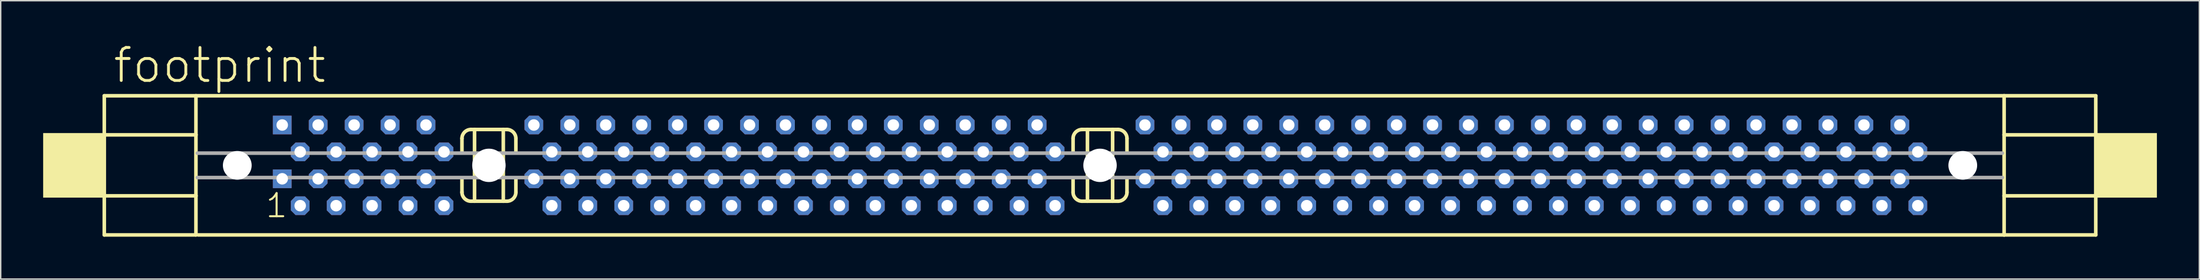
<source format=kicad_pcb>
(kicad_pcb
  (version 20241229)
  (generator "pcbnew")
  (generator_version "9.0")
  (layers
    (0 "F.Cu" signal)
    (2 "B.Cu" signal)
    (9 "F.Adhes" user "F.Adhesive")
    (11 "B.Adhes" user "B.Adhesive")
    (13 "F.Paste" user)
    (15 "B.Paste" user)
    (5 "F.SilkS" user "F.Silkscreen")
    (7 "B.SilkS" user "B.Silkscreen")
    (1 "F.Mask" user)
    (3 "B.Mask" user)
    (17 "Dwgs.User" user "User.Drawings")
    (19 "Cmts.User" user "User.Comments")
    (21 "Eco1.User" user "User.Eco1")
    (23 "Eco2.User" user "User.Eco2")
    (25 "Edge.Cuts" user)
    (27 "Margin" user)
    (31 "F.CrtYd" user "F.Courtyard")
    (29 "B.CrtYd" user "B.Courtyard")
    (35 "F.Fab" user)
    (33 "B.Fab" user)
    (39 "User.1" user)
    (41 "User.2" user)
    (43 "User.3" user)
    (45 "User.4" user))
  (footprint "footprint"
    (layer "F.Cu")
    (at 74.676 8.661)
    (property "Reference" "footprint" (at -69.85 -5.715 0) (layer "F.SilkS") (effects (font (size 2.337 2.337) (thickness 0.203)) (justify left bottom)))
    (fp_line (start -70.358 -4.928) (end -63.881 -4.928) (stroke (width 0.254) (type solid)) (layer "F.SilkS"))
    (fp_line (start -70.358 -2.311) (end -70.358 -4.928) (stroke (width 0.254) (type solid)) (layer "F.SilkS"))
    (fp_line (start -70.358 2.286) (end -70.358 4.928) (stroke (width 0.254) (type solid)) (layer "F.SilkS"))
    (fp_line (start -70.358 4.928) (end -63.881 4.928) (stroke (width 0.254) (type solid)) (layer "F.SilkS"))
    (fp_line (start -70.333 -2.159) (end -63.881 -2.159) (stroke (width 0.254) (type solid)) (layer "F.SilkS"))
    (fp_line (start -63.881 -4.928) (end -63.881 -2.159) (stroke (width 0.254) (type solid)) (layer "F.SilkS"))
    (fp_line (start -63.881 -4.928) (end 63.881 -4.928) (stroke (width 0.254) (type solid)) (layer "F.SilkS"))
    (fp_line (start -63.881 -2.159) (end -63.881 2.159) (stroke (width 0.254) (type solid)) (layer "F.SilkS"))
    (fp_line (start -63.881 2.159) (end -70.333 2.159) (stroke (width 0.254) (type solid)) (layer "F.SilkS"))
    (fp_line (start -63.881 4.928) (end -63.881 2.159) (stroke (width 0.254) (type solid)) (layer "F.SilkS"))
    (fp_line (start -45.085 -1.905) (end -45.085 -0.889) (stroke (width 0.254) (type solid)) (layer "F.SilkS"))
    (fp_line (start -45.085 0.889) (end -45.085 1.905) (stroke (width 0.254) (type solid)) (layer "F.SilkS"))
    (fp_line (start -44.45 2.54) (end -44.196 2.54) (stroke (width 0.254) (type solid)) (layer "F.SilkS"))
    (fp_line (start -44.196 -2.54) (end -44.45 -2.54) (stroke (width 0.254) (type solid)) (layer "F.SilkS"))
    (fp_line (start -44.196 2.54) (end -44.196 -2.54) (stroke (width 0.254) (type solid)) (layer "F.SilkS"))
    (fp_line (start -44.196 2.54) (end -42.164 2.54) (stroke (width 0.254) (type solid)) (layer "F.SilkS"))
    (fp_line (start -42.164 -2.54) (end -44.196 -2.54) (stroke (width 0.254) (type solid)) (layer "F.SilkS"))
    (fp_line (start -42.164 2.54) (end -42.164 -2.54) (stroke (width 0.254) (type solid)) (layer "F.SilkS"))
    (fp_line (start -42.164 2.54) (end -41.91 2.54) (stroke (width 0.254) (type solid)) (layer "F.SilkS"))
    (fp_line (start -41.91 -2.54) (end -42.164 -2.54) (stroke (width 0.254) (type solid)) (layer "F.SilkS"))
    (fp_line (start -41.275 -0.889) (end -41.275 -1.905) (stroke (width 0.254) (type solid)) (layer "F.SilkS"))
    (fp_line (start -41.275 1.905) (end -41.275 0.889) (stroke (width 0.254) (type solid)) (layer "F.SilkS"))
    (fp_line (start -1.905 -1.905) (end -1.905 -0.889) (stroke (width 0.254) (type solid)) (layer "F.SilkS"))
    (fp_line (start -1.905 0.889) (end -1.905 1.905) (stroke (width 0.254) (type solid)) (layer "F.SilkS"))
    (fp_line (start -1.27 2.54) (end -0.889 2.54) (stroke (width 0.254) (type solid)) (layer "F.SilkS"))
    (fp_line (start -0.889 -2.54) (end -1.27 -2.54) (stroke (width 0.254) (type solid)) (layer "F.SilkS"))
    (fp_line (start -0.889 2.54) (end -0.889 -2.54) (stroke (width 0.254) (type solid)) (layer "F.SilkS"))
    (fp_line (start -0.889 2.54) (end 0.889 2.54) (stroke (width 0.254) (type solid)) (layer "F.SilkS"))
    (fp_line (start 0.889 -2.54) (end -0.889 -2.54) (stroke (width 0.254) (type solid)) (layer "F.SilkS"))
    (fp_line (start 0.889 2.54) (end 0.889 -2.54) (stroke (width 0.254) (type solid)) (layer "F.SilkS"))
    (fp_line (start 0.889 2.54) (end 1.27 2.54) (stroke (width 0.254) (type solid)) (layer "F.SilkS"))
    (fp_line (start 1.27 -2.54) (end 0.889 -2.54) (stroke (width 0.254) (type solid)) (layer "F.SilkS"))
    (fp_line (start 1.905 -0.889) (end 1.905 -1.905) (stroke (width 0.254) (type solid)) (layer "F.SilkS"))
    (fp_line (start 1.905 1.905) (end 1.905 0.889) (stroke (width 0.254) (type solid)) (layer "F.SilkS"))
    (fp_line (start 63.881 -4.928) (end 63.881 -2.159) (stroke (width 0.254) (type solid)) (layer "F.SilkS"))
    (fp_line (start 63.881 -2.159) (end 63.881 2.159) (stroke (width 0.254) (type solid)) (layer "F.SilkS"))
    (fp_line (start 63.881 2.159) (end 63.881 4.928) (stroke (width 0.254) (type solid)) (layer "F.SilkS"))
    (fp_line (start 63.881 4.928) (end -63.729 4.928) (stroke (width 0.254) (type solid)) (layer "F.SilkS"))
    (fp_line (start 63.881 4.928) (end 70.358 4.928) (stroke (width 0.254) (type solid)) (layer "F.SilkS"))
    (fp_line (start 70.358 -4.928) (end 63.881 -4.928) (stroke (width 0.254) (type solid)) (layer "F.SilkS"))
    (fp_line (start 70.358 -2.159) (end 63.881 -2.159) (stroke (width 0.254) (type solid)) (layer "F.SilkS"))
    (fp_line (start 70.358 -2.159) (end 70.358 -4.928) (stroke (width 0.254) (type solid)) (layer "F.SilkS"))
    (fp_line (start 70.358 2.159) (end 63.881 2.159) (stroke (width 0.254) (type solid)) (layer "F.SilkS"))
    (fp_line (start 70.358 4.928) (end 70.358 2.159) (stroke (width 0.254) (type solid)) (layer "F.SilkS"))
    (fp_arc (start -45.085 -1.905) (mid -44.899013 -2.354013) (end -44.45 -2.54) (stroke (width 0.254) (type solid)) (layer "F.SilkS"))
    (fp_arc (start -44.45 2.54) (mid -44.899013 2.354013) (end -45.085 1.905) (stroke (width 0.254) (type solid)) (layer "F.SilkS"))
    (fp_arc (start -41.91 -2.54) (mid -41.460987 -2.354013) (end -41.275 -1.905) (stroke (width 0.254) (type solid)) (layer "F.SilkS"))
    (fp_arc (start -41.275 1.905) (mid -41.460987 2.354013) (end -41.91 2.54) (stroke (width 0.254) (type solid)) (layer "F.SilkS"))
    (fp_arc (start -1.905 -1.905) (mid -1.719013 -2.354013) (end -1.27 -2.54) (stroke (width 0.254) (type solid)) (layer "F.SilkS"))
    (fp_arc (start -1.27 2.54) (mid -1.719013 2.354013) (end -1.905 1.905) (stroke (width 0.254) (type solid)) (layer "F.SilkS"))
    (fp_arc (start 1.27 -2.54) (mid 1.719013 -2.354013) (end 1.905 -1.905) (stroke (width 0.254) (type solid)) (layer "F.SilkS"))
    (fp_arc (start 1.905 1.905) (mid 1.719013 2.354013) (end 1.27 2.54) (stroke (width 0.254) (type solid)) (layer "F.SilkS"))
    (fp_poly (pts (xy -74.676 2.286) (xy -70.231 2.286) (xy -70.231 -2.286) (xy -74.676 -2.286)) (stroke (width 0) (type solid)) (fill yes) (layer "F.SilkS"))
    (fp_poly (pts (xy 70.231 2.286) (xy 74.676 2.286) (xy 74.676 -2.286) (xy 70.231 -2.286)) (stroke (width 0) (type solid)) (fill yes) (layer "F.SilkS"))
    (fp_line (start -63.779 -0.864) (end 63.754 -0.864) (stroke (width 0.254) (type solid)) (layer "F.Fab"))
    (fp_line (start -63.779 0.864) (end 63.754 0.864) (stroke (width 0.254) (type solid)) (layer "F.Fab"))
    (fp_text user "1" (at -59.055 3.81 0) (layer "F.SilkS") (effects (font (size 1.636 1.636) (thickness 0.142)) (justify left bottom)))
    (pad "" np_thru_hole circle (at -60.96 0) (size 2.032 2.032) (drill 2.032) (layers "*.Cu" "*.Mask"))
    (pad "" np_thru_hole circle (at -43.18 0) (size 2.362 2.362) (drill 2.362) (layers "*.Cu" "*.Mask"))
    (pad "" np_thru_hole circle (at 0 0) (size 2.362 2.362) (drill 2.362) (layers "*.Cu" "*.Mask"))
    (pad "" np_thru_hole circle (at 60.96 0) (size 2.032 2.032) (drill 2.032) (layers "*.Cu" "*.Mask"))
    (pad "1" thru_hole rect (at -57.785 0.953) (size 1.321 1.321) (drill 0.813) (layers "*.Cu" "*.Mask"))
    (pad "2" thru_hole roundrect (at -56.515 2.857) (size 1.321 1.321) (drill 0.813) (layers "*.Cu" "*.Mask") (roundrect_rratio 0.25) (chamfer_ratio 0.25) (chamfer top_left top_right bottom_left bottom_right))
    (pad "3" thru_hole roundrect (at -55.245 0.953) (size 1.321 1.321) (drill 0.813) (layers "*.Cu" "*.Mask") (roundrect_rratio 0.25) (chamfer_ratio 0.25) (chamfer top_left top_right bottom_left bottom_right))
    (pad "4" thru_hole roundrect (at -53.975 2.857) (size 1.321 1.321) (drill 0.813) (layers "*.Cu" "*.Mask") (roundrect_rratio 0.25) (chamfer_ratio 0.25) (chamfer top_left top_right bottom_left bottom_right))
    (pad "5" thru_hole roundrect (at -52.705 0.953) (size 1.321 1.321) (drill 0.813) (layers "*.Cu" "*.Mask") (roundrect_rratio 0.25) (chamfer_ratio 0.25) (chamfer top_left top_right bottom_left bottom_right))
    (pad "6" thru_hole roundrect (at -51.435 2.857) (size 1.321 1.321) (drill 0.813) (layers "*.Cu" "*.Mask") (roundrect_rratio 0.25) (chamfer_ratio 0.25) (chamfer top_left top_right bottom_left bottom_right))
    (pad "7" thru_hole roundrect (at -50.165 0.953) (size 1.321 1.321) (drill 0.813) (layers "*.Cu" "*.Mask") (roundrect_rratio 0.25) (chamfer_ratio 0.25) (chamfer top_left top_right bottom_left bottom_right))
    (pad "8" thru_hole roundrect (at -48.895 2.857) (size 1.321 1.321) (drill 0.813) (layers "*.Cu" "*.Mask") (roundrect_rratio 0.25) (chamfer_ratio 0.25) (chamfer top_left top_right bottom_left bottom_right))
    (pad "9" thru_hole roundrect (at -47.625 0.953) (size 1.321 1.321) (drill 0.813) (layers "*.Cu" "*.Mask") (roundrect_rratio 0.25) (chamfer_ratio 0.25) (chamfer top_left top_right bottom_left bottom_right))
    (pad "10" thru_hole roundrect (at -46.355 2.857) (size 1.321 1.321) (drill 0.813) (layers "*.Cu" "*.Mask") (roundrect_rratio 0.25) (chamfer_ratio 0.25) (chamfer top_left top_right bottom_left bottom_right))
    (pad "11" thru_hole roundrect (at -40.005 0.953) (size 1.321 1.321) (drill 0.813) (layers "*.Cu" "*.Mask") (roundrect_rratio 0.25) (chamfer_ratio 0.25) (chamfer top_left top_right bottom_left bottom_right))
    (pad "12" thru_hole roundrect (at -38.735 2.857) (size 1.321 1.321) (drill 0.813) (layers "*.Cu" "*.Mask") (roundrect_rratio 0.25) (chamfer_ratio 0.25) (chamfer top_left top_right bottom_left bottom_right))
    (pad "13" thru_hole roundrect (at -37.465 0.953) (size 1.321 1.321) (drill 0.813) (layers "*.Cu" "*.Mask") (roundrect_rratio 0.25) (chamfer_ratio 0.25) (chamfer top_left top_right bottom_left bottom_right))
    (pad "14" thru_hole roundrect (at -36.195 2.857) (size 1.321 1.321) (drill 0.813) (layers "*.Cu" "*.Mask") (roundrect_rratio 0.25) (chamfer_ratio 0.25) (chamfer top_left top_right bottom_left bottom_right))
    (pad "15" thru_hole roundrect (at -34.925 0.953) (size 1.321 1.321) (drill 0.813) (layers "*.Cu" "*.Mask") (roundrect_rratio 0.25) (chamfer_ratio 0.25) (chamfer top_left top_right bottom_left bottom_right))
    (pad "16" thru_hole roundrect (at -33.655 2.857) (size 1.321 1.321) (drill 0.813) (layers "*.Cu" "*.Mask") (roundrect_rratio 0.25) (chamfer_ratio 0.25) (chamfer top_left top_right bottom_left bottom_right))
    (pad "17" thru_hole roundrect (at -32.385 0.953) (size 1.321 1.321) (drill 0.813) (layers "*.Cu" "*.Mask") (roundrect_rratio 0.25) (chamfer_ratio 0.25) (chamfer top_left top_right bottom_left bottom_right))
    (pad "18" thru_hole roundrect (at -31.115 2.857) (size 1.321 1.321) (drill 0.813) (layers "*.Cu" "*.Mask") (roundrect_rratio 0.25) (chamfer_ratio 0.25) (chamfer top_left top_right bottom_left bottom_right))
    (pad "19" thru_hole roundrect (at -29.845 0.953) (size 1.321 1.321) (drill 0.813) (layers "*.Cu" "*.Mask") (roundrect_rratio 0.25) (chamfer_ratio 0.25) (chamfer top_left top_right bottom_left bottom_right))
    (pad "20" thru_hole roundrect (at -28.575 2.857) (size 1.321 1.321) (drill 0.813) (layers "*.Cu" "*.Mask") (roundrect_rratio 0.25) (chamfer_ratio 0.25) (chamfer top_left top_right bottom_left bottom_right))
    (pad "21" thru_hole roundrect (at -27.305 0.953) (size 1.321 1.321) (drill 0.813) (layers "*.Cu" "*.Mask") (roundrect_rratio 0.25) (chamfer_ratio 0.25) (chamfer top_left top_right bottom_left bottom_right))
    (pad "22" thru_hole roundrect (at -26.035 2.857) (size 1.321 1.321) (drill 0.813) (layers "*.Cu" "*.Mask") (roundrect_rratio 0.25) (chamfer_ratio 0.25) (chamfer top_left top_right bottom_left bottom_right))
    (pad "23" thru_hole roundrect (at -24.765 0.953) (size 1.321 1.321) (drill 0.813) (layers "*.Cu" "*.Mask") (roundrect_rratio 0.25) (chamfer_ratio 0.25) (chamfer top_left top_right bottom_left bottom_right))
    (pad "24" thru_hole roundrect (at -23.495 2.857) (size 1.321 1.321) (drill 0.813) (layers "*.Cu" "*.Mask") (roundrect_rratio 0.25) (chamfer_ratio 0.25) (chamfer top_left top_right bottom_left bottom_right))
    (pad "25" thru_hole roundrect (at -22.225 0.953) (size 1.321 1.321) (drill 0.813) (layers "*.Cu" "*.Mask") (roundrect_rratio 0.25) (chamfer_ratio 0.25) (chamfer top_left top_right bottom_left bottom_right))
    (pad "26" thru_hole roundrect (at -20.955 2.857) (size 1.321 1.321) (drill 0.813) (layers "*.Cu" "*.Mask") (roundrect_rratio 0.25) (chamfer_ratio 0.25) (chamfer top_left top_right bottom_left bottom_right))
    (pad "27" thru_hole roundrect (at -19.685 0.953) (size 1.321 1.321) (drill 0.813) (layers "*.Cu" "*.Mask") (roundrect_rratio 0.25) (chamfer_ratio 0.25) (chamfer top_left top_right bottom_left bottom_right))
    (pad "28" thru_hole roundrect (at -18.415 2.857) (size 1.321 1.321) (drill 0.813) (layers "*.Cu" "*.Mask") (roundrect_rratio 0.25) (chamfer_ratio 0.25) (chamfer top_left top_right bottom_left bottom_right))
    (pad "29" thru_hole roundrect (at -17.145 0.953) (size 1.321 1.321) (drill 0.813) (layers "*.Cu" "*.Mask") (roundrect_rratio 0.25) (chamfer_ratio 0.25) (chamfer top_left top_right bottom_left bottom_right))
    (pad "30" thru_hole roundrect (at -15.875 2.857) (size 1.321 1.321) (drill 0.813) (layers "*.Cu" "*.Mask") (roundrect_rratio 0.25) (chamfer_ratio 0.25) (chamfer top_left top_right bottom_left bottom_right))
    (pad "31" thru_hole roundrect (at -14.605 0.953) (size 1.321 1.321) (drill 0.813) (layers "*.Cu" "*.Mask") (roundrect_rratio 0.25) (chamfer_ratio 0.25) (chamfer top_left top_right bottom_left bottom_right))
    (pad "32" thru_hole roundrect (at -13.335 2.857) (size 1.321 1.321) (drill 0.813) (layers "*.Cu" "*.Mask") (roundrect_rratio 0.25) (chamfer_ratio 0.25) (chamfer top_left top_right bottom_left bottom_right))
    (pad "33" thru_hole roundrect (at -12.065 0.953) (size 1.321 1.321) (drill 0.813) (layers "*.Cu" "*.Mask") (roundrect_rratio 0.25) (chamfer_ratio 0.25) (chamfer top_left top_right bottom_left bottom_right))
    (pad "34" thru_hole roundrect (at -10.795 2.857) (size 1.321 1.321) (drill 0.813) (layers "*.Cu" "*.Mask") (roundrect_rratio 0.25) (chamfer_ratio 0.25) (chamfer top_left top_right bottom_left bottom_right))
    (pad "35" thru_hole roundrect (at -9.525 0.953) (size 1.321 1.321) (drill 0.813) (layers "*.Cu" "*.Mask") (roundrect_rratio 0.25) (chamfer_ratio 0.25) (chamfer top_left top_right bottom_left bottom_right))
    (pad "36" thru_hole roundrect (at -8.255 2.857) (size 1.321 1.321) (drill 0.813) (layers "*.Cu" "*.Mask") (roundrect_rratio 0.25) (chamfer_ratio 0.25) (chamfer top_left top_right bottom_left bottom_right))
    (pad "37" thru_hole roundrect (at -6.985 0.953) (size 1.321 1.321) (drill 0.813) (layers "*.Cu" "*.Mask") (roundrect_rratio 0.25) (chamfer_ratio 0.25) (chamfer top_left top_right bottom_left bottom_right))
    (pad "38" thru_hole roundrect (at -5.715 2.857) (size 1.321 1.321) (drill 0.813) (layers "*.Cu" "*.Mask") (roundrect_rratio 0.25) (chamfer_ratio 0.25) (chamfer top_left top_right bottom_left bottom_right))
    (pad "39" thru_hole roundrect (at -4.445 0.953) (size 1.321 1.321) (drill 0.813) (layers "*.Cu" "*.Mask") (roundrect_rratio 0.25) (chamfer_ratio 0.25) (chamfer top_left top_right bottom_left bottom_right))
    (pad "40" thru_hole roundrect (at -3.175 2.857) (size 1.321 1.321) (drill 0.813) (layers "*.Cu" "*.Mask") (roundrect_rratio 0.25) (chamfer_ratio 0.25) (chamfer top_left top_right bottom_left bottom_right))
    (pad "41" thru_hole roundrect (at 3.175 0.953) (size 1.321 1.321) (drill 0.813) (layers "*.Cu" "*.Mask") (roundrect_rratio 0.25) (chamfer_ratio 0.25) (chamfer top_left top_right bottom_left bottom_right))
    (pad "42" thru_hole roundrect (at 4.445 2.857) (size 1.321 1.321) (drill 0.813) (layers "*.Cu" "*.Mask") (roundrect_rratio 0.25) (chamfer_ratio 0.25) (chamfer top_left top_right bottom_left bottom_right))
    (pad "43" thru_hole roundrect (at 5.715 0.953) (size 1.321 1.321) (drill 0.813) (layers "*.Cu" "*.Mask") (roundrect_rratio 0.25) (chamfer_ratio 0.25) (chamfer top_left top_right bottom_left bottom_right))
    (pad "44" thru_hole roundrect (at 6.985 2.857) (size 1.321 1.321) (drill 0.813) (layers "*.Cu" "*.Mask") (roundrect_rratio 0.25) (chamfer_ratio 0.25) (chamfer top_left top_right bottom_left bottom_right))
    (pad "45" thru_hole roundrect (at 8.255 0.953) (size 1.321 1.321) (drill 0.813) (layers "*.Cu" "*.Mask") (roundrect_rratio 0.25) (chamfer_ratio 0.25) (chamfer top_left top_right bottom_left bottom_right))
    (pad "46" thru_hole roundrect (at 9.525 2.857) (size 1.321 1.321) (drill 0.813) (layers "*.Cu" "*.Mask") (roundrect_rratio 0.25) (chamfer_ratio 0.25) (chamfer top_left top_right bottom_left bottom_right))
    (pad "47" thru_hole roundrect (at 10.795 0.953) (size 1.321 1.321) (drill 0.813) (layers "*.Cu" "*.Mask") (roundrect_rratio 0.25) (chamfer_ratio 0.25) (chamfer top_left top_right bottom_left bottom_right))
    (pad "48" thru_hole roundrect (at 12.065 2.857) (size 1.321 1.321) (drill 0.813) (layers "*.Cu" "*.Mask") (roundrect_rratio 0.25) (chamfer_ratio 0.25) (chamfer top_left top_right bottom_left bottom_right))
    (pad "49" thru_hole roundrect (at 13.335 0.953) (size 1.321 1.321) (drill 0.813) (layers "*.Cu" "*.Mask") (roundrect_rratio 0.25) (chamfer_ratio 0.25) (chamfer top_left top_right bottom_left bottom_right))
    (pad "50" thru_hole roundrect (at 14.605 2.857) (size 1.321 1.321) (drill 0.813) (layers "*.Cu" "*.Mask") (roundrect_rratio 0.25) (chamfer_ratio 0.25) (chamfer top_left top_right bottom_left bottom_right))
    (pad "51" thru_hole roundrect (at 15.875 0.953) (size 1.321 1.321) (drill 0.813) (layers "*.Cu" "*.Mask") (roundrect_rratio 0.25) (chamfer_ratio 0.25) (chamfer top_left top_right bottom_left bottom_right))
    (pad "52" thru_hole roundrect (at 17.145 2.857) (size 1.321 1.321) (drill 0.813) (layers "*.Cu" "*.Mask") (roundrect_rratio 0.25) (chamfer_ratio 0.25) (chamfer top_left top_right bottom_left bottom_right))
    (pad "53" thru_hole roundrect (at 18.415 0.953) (size 1.321 1.321) (drill 0.813) (layers "*.Cu" "*.Mask") (roundrect_rratio 0.25) (chamfer_ratio 0.25) (chamfer top_left top_right bottom_left bottom_right))
    (pad "54" thru_hole roundrect (at 19.685 2.857) (size 1.321 1.321) (drill 0.813) (layers "*.Cu" "*.Mask") (roundrect_rratio 0.25) (chamfer_ratio 0.25) (chamfer top_left top_right bottom_left bottom_right))
    (pad "55" thru_hole roundrect (at 20.955 0.953) (size 1.321 1.321) (drill 0.813) (layers "*.Cu" "*.Mask") (roundrect_rratio 0.25) (chamfer_ratio 0.25) (chamfer top_left top_right bottom_left bottom_right))
    (pad "56" thru_hole roundrect (at 22.225 2.857) (size 1.321 1.321) (drill 0.813) (layers "*.Cu" "*.Mask") (roundrect_rratio 0.25) (chamfer_ratio 0.25) (chamfer top_left top_right bottom_left bottom_right))
    (pad "57" thru_hole roundrect (at 23.495 0.953) (size 1.321 1.321) (drill 0.813) (layers "*.Cu" "*.Mask") (roundrect_rratio 0.25) (chamfer_ratio 0.25) (chamfer top_left top_right bottom_left bottom_right))
    (pad "58" thru_hole roundrect (at 24.765 2.857) (size 1.321 1.321) (drill 0.813) (layers "*.Cu" "*.Mask") (roundrect_rratio 0.25) (chamfer_ratio 0.25) (chamfer top_left top_right bottom_left bottom_right))
    (pad "59" thru_hole roundrect (at 26.035 0.953) (size 1.321 1.321) (drill 0.813) (layers "*.Cu" "*.Mask") (roundrect_rratio 0.25) (chamfer_ratio 0.25) (chamfer top_left top_right bottom_left bottom_right))
    (pad "60" thru_hole roundrect (at 27.305 2.857) (size 1.321 1.321) (drill 0.813) (layers "*.Cu" "*.Mask") (roundrect_rratio 0.25) (chamfer_ratio 0.25) (chamfer top_left top_right bottom_left bottom_right))
    (pad "61" thru_hole roundrect (at 28.575 0.953) (size 1.321 1.321) (drill 0.813) (layers "*.Cu" "*.Mask") (roundrect_rratio 0.25) (chamfer_ratio 0.25) (chamfer top_left top_right bottom_left bottom_right))
    (pad "62" thru_hole roundrect (at 29.845 2.857) (size 1.321 1.321) (drill 0.813) (layers "*.Cu" "*.Mask") (roundrect_rratio 0.25) (chamfer_ratio 0.25) (chamfer top_left top_right bottom_left bottom_right))
    (pad "63" thru_hole roundrect (at 31.115 0.953) (size 1.321 1.321) (drill 0.813) (layers "*.Cu" "*.Mask") (roundrect_rratio 0.25) (chamfer_ratio 0.25) (chamfer top_left top_right bottom_left bottom_right))
    (pad "64" thru_hole roundrect (at 32.385 2.857) (size 1.321 1.321) (drill 0.813) (layers "*.Cu" "*.Mask") (roundrect_rratio 0.25) (chamfer_ratio 0.25) (chamfer top_left top_right bottom_left bottom_right))
    (pad "65" thru_hole roundrect (at 33.655 0.953) (size 1.321 1.321) (drill 0.813) (layers "*.Cu" "*.Mask") (roundrect_rratio 0.25) (chamfer_ratio 0.25) (chamfer top_left top_right bottom_left bottom_right))
    (pad "66" thru_hole roundrect (at 34.925 2.857) (size 1.321 1.321) (drill 0.813) (layers "*.Cu" "*.Mask") (roundrect_rratio 0.25) (chamfer_ratio 0.25) (chamfer top_left top_right bottom_left bottom_right))
    (pad "67" thru_hole roundrect (at 36.195 0.953) (size 1.321 1.321) (drill 0.813) (layers "*.Cu" "*.Mask") (roundrect_rratio 0.25) (chamfer_ratio 0.25) (chamfer top_left top_right bottom_left bottom_right))
    (pad "68" thru_hole roundrect (at 37.465 2.857) (size 1.321 1.321) (drill 0.813) (layers "*.Cu" "*.Mask") (roundrect_rratio 0.25) (chamfer_ratio 0.25) (chamfer top_left top_right bottom_left bottom_right))
    (pad "69" thru_hole roundrect (at 38.735 0.953) (size 1.321 1.321) (drill 0.813) (layers "*.Cu" "*.Mask") (roundrect_rratio 0.25) (chamfer_ratio 0.25) (chamfer top_left top_right bottom_left bottom_right))
    (pad "70" thru_hole roundrect (at 40.005 2.857) (size 1.321 1.321) (drill 0.813) (layers "*.Cu" "*.Mask") (roundrect_rratio 0.25) (chamfer_ratio 0.25) (chamfer top_left top_right bottom_left bottom_right))
    (pad "71" thru_hole roundrect (at 41.275 0.953) (size 1.321 1.321) (drill 0.813) (layers "*.Cu" "*.Mask") (roundrect_rratio 0.25) (chamfer_ratio 0.25) (chamfer top_left top_right bottom_left bottom_right))
    (pad "72" thru_hole roundrect (at 42.545 2.857) (size 1.321 1.321) (drill 0.813) (layers "*.Cu" "*.Mask") (roundrect_rratio 0.25) (chamfer_ratio 0.25) (chamfer top_left top_right bottom_left bottom_right))
    (pad "73" thru_hole roundrect (at 43.815 0.953) (size 1.321 1.321) (drill 0.813) (layers "*.Cu" "*.Mask") (roundrect_rratio 0.25) (chamfer_ratio 0.25) (chamfer top_left top_right bottom_left bottom_right))
    (pad "74" thru_hole roundrect (at 45.085 2.857) (size 1.321 1.321) (drill 0.813) (layers "*.Cu" "*.Mask") (roundrect_rratio 0.25) (chamfer_ratio 0.25) (chamfer top_left top_right bottom_left bottom_right))
    (pad "75" thru_hole roundrect (at 46.355 0.953) (size 1.321 1.321) (drill 0.813) (layers "*.Cu" "*.Mask") (roundrect_rratio 0.25) (chamfer_ratio 0.25) (chamfer top_left top_right bottom_left bottom_right))
    (pad "76" thru_hole roundrect (at 47.625 2.857) (size 1.321 1.321) (drill 0.813) (layers "*.Cu" "*.Mask") (roundrect_rratio 0.25) (chamfer_ratio 0.25) (chamfer top_left top_right bottom_left bottom_right))
    (pad "77" thru_hole roundrect (at 48.895 0.953) (size 1.321 1.321) (drill 0.813) (layers "*.Cu" "*.Mask") (roundrect_rratio 0.25) (chamfer_ratio 0.25) (chamfer top_left top_right bottom_left bottom_right))
    (pad "78" thru_hole roundrect (at 50.165 2.857) (size 1.321 1.321) (drill 0.813) (layers "*.Cu" "*.Mask") (roundrect_rratio 0.25) (chamfer_ratio 0.25) (chamfer top_left top_right bottom_left bottom_right))
    (pad "79" thru_hole roundrect (at 51.435 0.953) (size 1.321 1.321) (drill 0.813) (layers "*.Cu" "*.Mask") (roundrect_rratio 0.25) (chamfer_ratio 0.25) (chamfer top_left top_right bottom_left bottom_right))
    (pad "80" thru_hole roundrect (at 52.705 2.857) (size 1.321 1.321) (drill 0.813) (layers "*.Cu" "*.Mask") (roundrect_rratio 0.25) (chamfer_ratio 0.25) (chamfer top_left top_right bottom_left bottom_right))
    (pad "81" thru_hole roundrect (at 53.975 0.953) (size 1.321 1.321) (drill 0.813) (layers "*.Cu" "*.Mask") (roundrect_rratio 0.25) (chamfer_ratio 0.25) (chamfer top_left top_right bottom_left bottom_right))
    (pad "82" thru_hole roundrect (at 55.245 2.857) (size 1.321 1.321) (drill 0.813) (layers "*.Cu" "*.Mask") (roundrect_rratio 0.25) (chamfer_ratio 0.25) (chamfer top_left top_right bottom_left bottom_right))
    (pad "83" thru_hole roundrect (at 56.515 0.953) (size 1.321 1.321) (drill 0.813) (layers "*.Cu" "*.Mask") (roundrect_rratio 0.25) (chamfer_ratio 0.25) (chamfer top_left top_right bottom_left bottom_right))
    (pad "84" thru_hole roundrect (at 57.785 2.857) (size 1.321 1.321) (drill 0.813) (layers "*.Cu" "*.Mask") (roundrect_rratio 0.25) (chamfer_ratio 0.25) (chamfer top_left top_right bottom_left bottom_right))
    (pad "85" thru_hole rect (at -57.785 -2.857) (size 1.321 1.321) (drill 0.813) (layers "*.Cu" "*.Mask"))
    (pad "86" thru_hole roundrect (at -56.515 -0.953) (size 1.321 1.321) (drill 0.813) (layers "*.Cu" "*.Mask") (roundrect_rratio 0.25) (chamfer_ratio 0.25) (chamfer top_left top_right bottom_left bottom_right))
    (pad "87" thru_hole roundrect (at -55.245 -2.857) (size 1.321 1.321) (drill 0.813) (layers "*.Cu" "*.Mask") (roundrect_rratio 0.25) (chamfer_ratio 0.25) (chamfer top_left top_right bottom_left bottom_right))
    (pad "88" thru_hole roundrect (at -53.975 -0.953) (size 1.321 1.321) (drill 0.813) (layers "*.Cu" "*.Mask") (roundrect_rratio 0.25) (chamfer_ratio 0.25) (chamfer top_left top_right bottom_left bottom_right))
    (pad "89" thru_hole roundrect (at -52.705 -2.857) (size 1.321 1.321) (drill 0.813) (layers "*.Cu" "*.Mask") (roundrect_rratio 0.25) (chamfer_ratio 0.25) (chamfer top_left top_right bottom_left bottom_right))
    (pad "90" thru_hole roundrect (at -51.435 -0.953) (size 1.321 1.321) (drill 0.813) (layers "*.Cu" "*.Mask") (roundrect_rratio 0.25) (chamfer_ratio 0.25) (chamfer top_left top_right bottom_left bottom_right))
    (pad "91" thru_hole roundrect (at -50.165 -2.857) (size 1.321 1.321) (drill 0.813) (layers "*.Cu" "*.Mask") (roundrect_rratio 0.25) (chamfer_ratio 0.25) (chamfer top_left top_right bottom_left bottom_right))
    (pad "92" thru_hole roundrect (at -48.895 -0.953) (size 1.321 1.321) (drill 0.813) (layers "*.Cu" "*.Mask") (roundrect_rratio 0.25) (chamfer_ratio 0.25) (chamfer top_left top_right bottom_left bottom_right))
    (pad "93" thru_hole roundrect (at -47.625 -2.857) (size 1.321 1.321) (drill 0.813) (layers "*.Cu" "*.Mask") (roundrect_rratio 0.25) (chamfer_ratio 0.25) (chamfer top_left top_right bottom_left bottom_right))
    (pad "94" thru_hole roundrect (at -46.355 -0.953) (size 1.321 1.321) (drill 0.813) (layers "*.Cu" "*.Mask") (roundrect_rratio 0.25) (chamfer_ratio 0.25) (chamfer top_left top_right bottom_left bottom_right))
    (pad "95" thru_hole roundrect (at -40.005 -2.857) (size 1.321 1.321) (drill 0.813) (layers "*.Cu" "*.Mask") (roundrect_rratio 0.25) (chamfer_ratio 0.25) (chamfer top_left top_right bottom_left bottom_right))
    (pad "96" thru_hole roundrect (at -38.735 -0.953) (size 1.321 1.321) (drill 0.813) (layers "*.Cu" "*.Mask") (roundrect_rratio 0.25) (chamfer_ratio 0.25) (chamfer top_left top_right bottom_left bottom_right))
    (pad "97" thru_hole roundrect (at -37.465 -2.857) (size 1.321 1.321) (drill 0.813) (layers "*.Cu" "*.Mask") (roundrect_rratio 0.25) (chamfer_ratio 0.25) (chamfer top_left top_right bottom_left bottom_right))
    (pad "98" thru_hole roundrect (at -36.195 -0.953) (size 1.321 1.321) (drill 0.813) (layers "*.Cu" "*.Mask") (roundrect_rratio 0.25) (chamfer_ratio 0.25) (chamfer top_left top_right bottom_left bottom_right))
    (pad "99" thru_hole roundrect (at -34.925 -2.857) (size 1.321 1.321) (drill 0.813) (layers "*.Cu" "*.Mask") (roundrect_rratio 0.25) (chamfer_ratio 0.25) (chamfer top_left top_right bottom_left bottom_right))
    (pad "100" thru_hole roundrect (at -33.655 -0.953) (size 1.321 1.321) (drill 0.813) (layers "*.Cu" "*.Mask") (roundrect_rratio 0.25) (chamfer_ratio 0.25) (chamfer top_left top_right bottom_left bottom_right))
    (pad "101" thru_hole roundrect (at -32.385 -2.857) (size 1.321 1.321) (drill 0.813) (layers "*.Cu" "*.Mask") (roundrect_rratio 0.25) (chamfer_ratio 0.25) (chamfer top_left top_right bottom_left bottom_right))
    (pad "102" thru_hole roundrect (at -31.115 -0.953) (size 1.321 1.321) (drill 0.813) (layers "*.Cu" "*.Mask") (roundrect_rratio 0.25) (chamfer_ratio 0.25) (chamfer top_left top_right bottom_left bottom_right))
    (pad "103" thru_hole roundrect (at -29.845 -2.857) (size 1.321 1.321) (drill 0.813) (layers "*.Cu" "*.Mask") (roundrect_rratio 0.25) (chamfer_ratio 0.25) (chamfer top_left top_right bottom_left bottom_right))
    (pad "104" thru_hole roundrect (at -28.575 -0.953) (size 1.321 1.321) (drill 0.813) (layers "*.Cu" "*.Mask") (roundrect_rratio 0.25) (chamfer_ratio 0.25) (chamfer top_left top_right bottom_left bottom_right))
    (pad "105" thru_hole roundrect (at -27.305 -2.857) (size 1.321 1.321) (drill 0.813) (layers "*.Cu" "*.Mask") (roundrect_rratio 0.25) (chamfer_ratio 0.25) (chamfer top_left top_right bottom_left bottom_right))
    (pad "106" thru_hole roundrect (at -26.035 -0.953) (size 1.321 1.321) (drill 0.813) (layers "*.Cu" "*.Mask") (roundrect_rratio 0.25) (chamfer_ratio 0.25) (chamfer top_left top_right bottom_left bottom_right))
    (pad "107" thru_hole roundrect (at -24.765 -2.857) (size 1.321 1.321) (drill 0.813) (layers "*.Cu" "*.Mask") (roundrect_rratio 0.25) (chamfer_ratio 0.25) (chamfer top_left top_right bottom_left bottom_right))
    (pad "108" thru_hole roundrect (at -23.495 -0.953) (size 1.321 1.321) (drill 0.813) (layers "*.Cu" "*.Mask") (roundrect_rratio 0.25) (chamfer_ratio 0.25) (chamfer top_left top_right bottom_left bottom_right))
    (pad "109" thru_hole roundrect (at -22.225 -2.857) (size 1.321 1.321) (drill 0.813) (layers "*.Cu" "*.Mask") (roundrect_rratio 0.25) (chamfer_ratio 0.25) (chamfer top_left top_right bottom_left bottom_right))
    (pad "110" thru_hole roundrect (at -20.955 -0.953) (size 1.321 1.321) (drill 0.813) (layers "*.Cu" "*.Mask") (roundrect_rratio 0.25) (chamfer_ratio 0.25) (chamfer top_left top_right bottom_left bottom_right))
    (pad "111" thru_hole roundrect (at -19.685 -2.857) (size 1.321 1.321) (drill 0.813) (layers "*.Cu" "*.Mask") (roundrect_rratio 0.25) (chamfer_ratio 0.25) (chamfer top_left top_right bottom_left bottom_right))
    (pad "112" thru_hole roundrect (at -18.415 -0.953) (size 1.321 1.321) (drill 0.813) (layers "*.Cu" "*.Mask") (roundrect_rratio 0.25) (chamfer_ratio 0.25) (chamfer top_left top_right bottom_left bottom_right))
    (pad "113" thru_hole roundrect (at -17.145 -2.857) (size 1.321 1.321) (drill 0.813) (layers "*.Cu" "*.Mask") (roundrect_rratio 0.25) (chamfer_ratio 0.25) (chamfer top_left top_right bottom_left bottom_right))
    (pad "114" thru_hole roundrect (at -15.875 -0.953) (size 1.321 1.321) (drill 0.813) (layers "*.Cu" "*.Mask") (roundrect_rratio 0.25) (chamfer_ratio 0.25) (chamfer top_left top_right bottom_left bottom_right))
    (pad "115" thru_hole roundrect (at -14.605 -2.857) (size 1.321 1.321) (drill 0.813) (layers "*.Cu" "*.Mask") (roundrect_rratio 0.25) (chamfer_ratio 0.25) (chamfer top_left top_right bottom_left bottom_right))
    (pad "116" thru_hole roundrect (at -13.335 -0.953) (size 1.321 1.321) (drill 0.813) (layers "*.Cu" "*.Mask") (roundrect_rratio 0.25) (chamfer_ratio 0.25) (chamfer top_left top_right bottom_left bottom_right))
    (pad "117" thru_hole roundrect (at -12.065 -2.857) (size 1.321 1.321) (drill 0.813) (layers "*.Cu" "*.Mask") (roundrect_rratio 0.25) (chamfer_ratio 0.25) (chamfer top_left top_right bottom_left bottom_right))
    (pad "118" thru_hole roundrect (at -10.795 -0.953) (size 1.321 1.321) (drill 0.813) (layers "*.Cu" "*.Mask") (roundrect_rratio 0.25) (chamfer_ratio 0.25) (chamfer top_left top_right bottom_left bottom_right))
    (pad "119" thru_hole roundrect (at -9.525 -2.857) (size 1.321 1.321) (drill 0.813) (layers "*.Cu" "*.Mask") (roundrect_rratio 0.25) (chamfer_ratio 0.25) (chamfer top_left top_right bottom_left bottom_right))
    (pad "120" thru_hole roundrect (at -8.255 -0.953) (size 1.321 1.321) (drill 0.813) (layers "*.Cu" "*.Mask") (roundrect_rratio 0.25) (chamfer_ratio 0.25) (chamfer top_left top_right bottom_left bottom_right))
    (pad "121" thru_hole roundrect (at -6.985 -2.857) (size 1.321 1.321) (drill 0.813) (layers "*.Cu" "*.Mask") (roundrect_rratio 0.25) (chamfer_ratio 0.25) (chamfer top_left top_right bottom_left bottom_right))
    (pad "122" thru_hole roundrect (at -5.715 -0.953) (size 1.321 1.321) (drill 0.813) (layers "*.Cu" "*.Mask") (roundrect_rratio 0.25) (chamfer_ratio 0.25) (chamfer top_left top_right bottom_left bottom_right))
    (pad "123" thru_hole roundrect (at -4.445 -2.857) (size 1.321 1.321) (drill 0.813) (layers "*.Cu" "*.Mask") (roundrect_rratio 0.25) (chamfer_ratio 0.25) (chamfer top_left top_right bottom_left bottom_right))
    (pad "124" thru_hole roundrect (at -3.175 -0.953) (size 1.321 1.321) (drill 0.813) (layers "*.Cu" "*.Mask") (roundrect_rratio 0.25) (chamfer_ratio 0.25) (chamfer top_left top_right bottom_left bottom_right))
    (pad "125" thru_hole roundrect (at 3.175 -2.857) (size 1.321 1.321) (drill 0.813) (layers "*.Cu" "*.Mask") (roundrect_rratio 0.25) (chamfer_ratio 0.25) (chamfer top_left top_right bottom_left bottom_right))
    (pad "126" thru_hole roundrect (at 4.445 -0.953) (size 1.321 1.321) (drill 0.813) (layers "*.Cu" "*.Mask") (roundrect_rratio 0.25) (chamfer_ratio 0.25) (chamfer top_left top_right bottom_left bottom_right))
    (pad "127" thru_hole roundrect (at 5.715 -2.857) (size 1.321 1.321) (drill 0.813) (layers "*.Cu" "*.Mask") (roundrect_rratio 0.25) (chamfer_ratio 0.25) (chamfer top_left top_right bottom_left bottom_right))
    (pad "128" thru_hole roundrect (at 6.985 -0.953) (size 1.321 1.321) (drill 0.813) (layers "*.Cu" "*.Mask") (roundrect_rratio 0.25) (chamfer_ratio 0.25) (chamfer top_left top_right bottom_left bottom_right))
    (pad "129" thru_hole roundrect (at 8.255 -2.857) (size 1.321 1.321) (drill 0.813) (layers "*.Cu" "*.Mask") (roundrect_rratio 0.25) (chamfer_ratio 0.25) (chamfer top_left top_right bottom_left bottom_right))
    (pad "130" thru_hole roundrect (at 9.525 -0.953) (size 1.321 1.321) (drill 0.813) (layers "*.Cu" "*.Mask") (roundrect_rratio 0.25) (chamfer_ratio 0.25) (chamfer top_left top_right bottom_left bottom_right))
    (pad "131" thru_hole roundrect (at 10.795 -2.857) (size 1.321 1.321) (drill 0.813) (layers "*.Cu" "*.Mask") (roundrect_rratio 0.25) (chamfer_ratio 0.25) (chamfer top_left top_right bottom_left bottom_right))
    (pad "132" thru_hole roundrect (at 12.065 -0.953) (size 1.321 1.321) (drill 0.813) (layers "*.Cu" "*.Mask") (roundrect_rratio 0.25) (chamfer_ratio 0.25) (chamfer top_left top_right bottom_left bottom_right))
    (pad "133" thru_hole roundrect (at 13.335 -2.857) (size 1.321 1.321) (drill 0.813) (layers "*.Cu" "*.Mask") (roundrect_rratio 0.25) (chamfer_ratio 0.25) (chamfer top_left top_right bottom_left bottom_right))
    (pad "134" thru_hole roundrect (at 14.605 -0.953) (size 1.321 1.321) (drill 0.813) (layers "*.Cu" "*.Mask") (roundrect_rratio 0.25) (chamfer_ratio 0.25) (chamfer top_left top_right bottom_left bottom_right))
    (pad "135" thru_hole roundrect (at 15.875 -2.857) (size 1.321 1.321) (drill 0.813) (layers "*.Cu" "*.Mask") (roundrect_rratio 0.25) (chamfer_ratio 0.25) (chamfer top_left top_right bottom_left bottom_right))
    (pad "136" thru_hole roundrect (at 17.145 -0.953) (size 1.321 1.321) (drill 0.813) (layers "*.Cu" "*.Mask") (roundrect_rratio 0.25) (chamfer_ratio 0.25) (chamfer top_left top_right bottom_left bottom_right))
    (pad "137" thru_hole roundrect (at 18.415 -2.857) (size 1.321 1.321) (drill 0.813) (layers "*.Cu" "*.Mask") (roundrect_rratio 0.25) (chamfer_ratio 0.25) (chamfer top_left top_right bottom_left bottom_right))
    (pad "138" thru_hole roundrect (at 19.685 -0.953) (size 1.321 1.321) (drill 0.813) (layers "*.Cu" "*.Mask") (roundrect_rratio 0.25) (chamfer_ratio 0.25) (chamfer top_left top_right bottom_left bottom_right))
    (pad "139" thru_hole roundrect (at 20.955 -2.857) (size 1.321 1.321) (drill 0.813) (layers "*.Cu" "*.Mask") (roundrect_rratio 0.25) (chamfer_ratio 0.25) (chamfer top_left top_right bottom_left bottom_right))
    (pad "140" thru_hole roundrect (at 22.225 -0.953) (size 1.321 1.321) (drill 0.813) (layers "*.Cu" "*.Mask") (roundrect_rratio 0.25) (chamfer_ratio 0.25) (chamfer top_left top_right bottom_left bottom_right))
    (pad "141" thru_hole roundrect (at 23.495 -2.857) (size 1.321 1.321) (drill 0.813) (layers "*.Cu" "*.Mask") (roundrect_rratio 0.25) (chamfer_ratio 0.25) (chamfer top_left top_right bottom_left bottom_right))
    (pad "142" thru_hole roundrect (at 24.765 -0.953) (size 1.321 1.321) (drill 0.813) (layers "*.Cu" "*.Mask") (roundrect_rratio 0.25) (chamfer_ratio 0.25) (chamfer top_left top_right bottom_left bottom_right))
    (pad "143" thru_hole roundrect (at 26.035 -2.857) (size 1.321 1.321) (drill 0.813) (layers "*.Cu" "*.Mask") (roundrect_rratio 0.25) (chamfer_ratio 0.25) (chamfer top_left top_right bottom_left bottom_right))
    (pad "144" thru_hole roundrect (at 27.305 -0.953) (size 1.321 1.321) (drill 0.813) (layers "*.Cu" "*.Mask") (roundrect_rratio 0.25) (chamfer_ratio 0.25) (chamfer top_left top_right bottom_left bottom_right))
    (pad "145" thru_hole roundrect (at 28.575 -2.857) (size 1.321 1.321) (drill 0.813) (layers "*.Cu" "*.Mask") (roundrect_rratio 0.25) (chamfer_ratio 0.25) (chamfer top_left top_right bottom_left bottom_right))
    (pad "146" thru_hole roundrect (at 29.845 -0.953) (size 1.321 1.321) (drill 0.813) (layers "*.Cu" "*.Mask") (roundrect_rratio 0.25) (chamfer_ratio 0.25) (chamfer top_left top_right bottom_left bottom_right))
    (pad "147" thru_hole roundrect (at 31.115 -2.857) (size 1.321 1.321) (drill 0.813) (layers "*.Cu" "*.Mask") (roundrect_rratio 0.25) (chamfer_ratio 0.25) (chamfer top_left top_right bottom_left bottom_right))
    (pad "148" thru_hole roundrect (at 32.385 -0.953) (size 1.321 1.321) (drill 0.813) (layers "*.Cu" "*.Mask") (roundrect_rratio 0.25) (chamfer_ratio 0.25) (chamfer top_left top_right bottom_left bottom_right))
    (pad "149" thru_hole roundrect (at 33.655 -2.857) (size 1.321 1.321) (drill 0.813) (layers "*.Cu" "*.Mask") (roundrect_rratio 0.25) (chamfer_ratio 0.25) (chamfer top_left top_right bottom_left bottom_right))
    (pad "150" thru_hole roundrect (at 34.925 -0.953) (size 1.321 1.321) (drill 0.813) (layers "*.Cu" "*.Mask") (roundrect_rratio 0.25) (chamfer_ratio 0.25) (chamfer top_left top_right bottom_left bottom_right))
    (pad "151" thru_hole roundrect (at 36.195 -2.857) (size 1.321 1.321) (drill 0.813) (layers "*.Cu" "*.Mask") (roundrect_rratio 0.25) (chamfer_ratio 0.25) (chamfer top_left top_right bottom_left bottom_right))
    (pad "152" thru_hole roundrect (at 37.465 -0.953) (size 1.321 1.321) (drill 0.813) (layers "*.Cu" "*.Mask") (roundrect_rratio 0.25) (chamfer_ratio 0.25) (chamfer top_left top_right bottom_left bottom_right))
    (pad "153" thru_hole roundrect (at 38.735 -2.857) (size 1.321 1.321) (drill 0.813) (layers "*.Cu" "*.Mask") (roundrect_rratio 0.25) (chamfer_ratio 0.25) (chamfer top_left top_right bottom_left bottom_right))
    (pad "154" thru_hole roundrect (at 40.005 -0.953) (size 1.321 1.321) (drill 0.813) (layers "*.Cu" "*.Mask") (roundrect_rratio 0.25) (chamfer_ratio 0.25) (chamfer top_left top_right bottom_left bottom_right))
    (pad "155" thru_hole roundrect (at 41.275 -2.857) (size 1.321 1.321) (drill 0.813) (layers "*.Cu" "*.Mask") (roundrect_rratio 0.25) (chamfer_ratio 0.25) (chamfer top_left top_right bottom_left bottom_right))
    (pad "156" thru_hole roundrect (at 42.545 -0.953) (size 1.321 1.321) (drill 0.813) (layers "*.Cu" "*.Mask") (roundrect_rratio 0.25) (chamfer_ratio 0.25) (chamfer top_left top_right bottom_left bottom_right))
    (pad "157" thru_hole roundrect (at 43.815 -2.857) (size 1.321 1.321) (drill 0.813) (layers "*.Cu" "*.Mask") (roundrect_rratio 0.25) (chamfer_ratio 0.25) (chamfer top_left top_right bottom_left bottom_right))
    (pad "158" thru_hole roundrect (at 45.085 -0.953) (size 1.321 1.321) (drill 0.813) (layers "*.Cu" "*.Mask") (roundrect_rratio 0.25) (chamfer_ratio 0.25) (chamfer top_left top_right bottom_left bottom_right))
    (pad "159" thru_hole roundrect (at 46.355 -2.857) (size 1.321 1.321) (drill 0.813) (layers "*.Cu" "*.Mask") (roundrect_rratio 0.25) (chamfer_ratio 0.25) (chamfer top_left top_right bottom_left bottom_right))
    (pad "160" thru_hole roundrect (at 47.625 -0.953) (size 1.321 1.321) (drill 0.813) (layers "*.Cu" "*.Mask") (roundrect_rratio 0.25) (chamfer_ratio 0.25) (chamfer top_left top_right bottom_left bottom_right))
    (pad "161" thru_hole roundrect (at 48.895 -2.857) (size 1.321 1.321) (drill 0.813) (layers "*.Cu" "*.Mask") (roundrect_rratio 0.25) (chamfer_ratio 0.25) (chamfer top_left top_right bottom_left bottom_right))
    (pad "162" thru_hole roundrect (at 50.165 -0.953) (size 1.321 1.321) (drill 0.813) (layers "*.Cu" "*.Mask") (roundrect_rratio 0.25) (chamfer_ratio 0.25) (chamfer top_left top_right bottom_left bottom_right))
    (pad "163" thru_hole roundrect (at 51.435 -2.857) (size 1.321 1.321) (drill 0.813) (layers "*.Cu" "*.Mask") (roundrect_rratio 0.25) (chamfer_ratio 0.25) (chamfer top_left top_right bottom_left bottom_right))
    (pad "164" thru_hole roundrect (at 52.705 -0.953) (size 1.321 1.321) (drill 0.813) (layers "*.Cu" "*.Mask") (roundrect_rratio 0.25) (chamfer_ratio 0.25) (chamfer top_left top_right bottom_left bottom_right))
    (pad "165" thru_hole roundrect (at 53.975 -2.857) (size 1.321 1.321) (drill 0.813) (layers "*.Cu" "*.Mask") (roundrect_rratio 0.25) (chamfer_ratio 0.25) (chamfer top_left top_right bottom_left bottom_right))
    (pad "166" thru_hole roundrect (at 55.245 -0.953) (size 1.321 1.321) (drill 0.813) (layers "*.Cu" "*.Mask") (roundrect_rratio 0.25) (chamfer_ratio 0.25) (chamfer top_left top_right bottom_left bottom_right))
    (pad "167" thru_hole roundrect (at 56.515 -2.857) (size 1.321 1.321) (drill 0.813) (layers "*.Cu" "*.Mask") (roundrect_rratio 0.25) (chamfer_ratio 0.25) (chamfer top_left top_right bottom_left bottom_right))
    (pad "168" thru_hole roundrect (at 57.785 -0.953) (size 1.321 1.321) (drill 0.813) (layers "*.Cu" "*.Mask") (roundrect_rratio 0.25) (chamfer_ratio 0.25) (chamfer top_left top_right bottom_left bottom_right)))
  (gr_rect
    (start -3 -3)
    (end 152.352 16.716)
    (stroke (width 0.1) (type default))
    (fill no)
    (layer "Edge.Cuts")))
</source>
